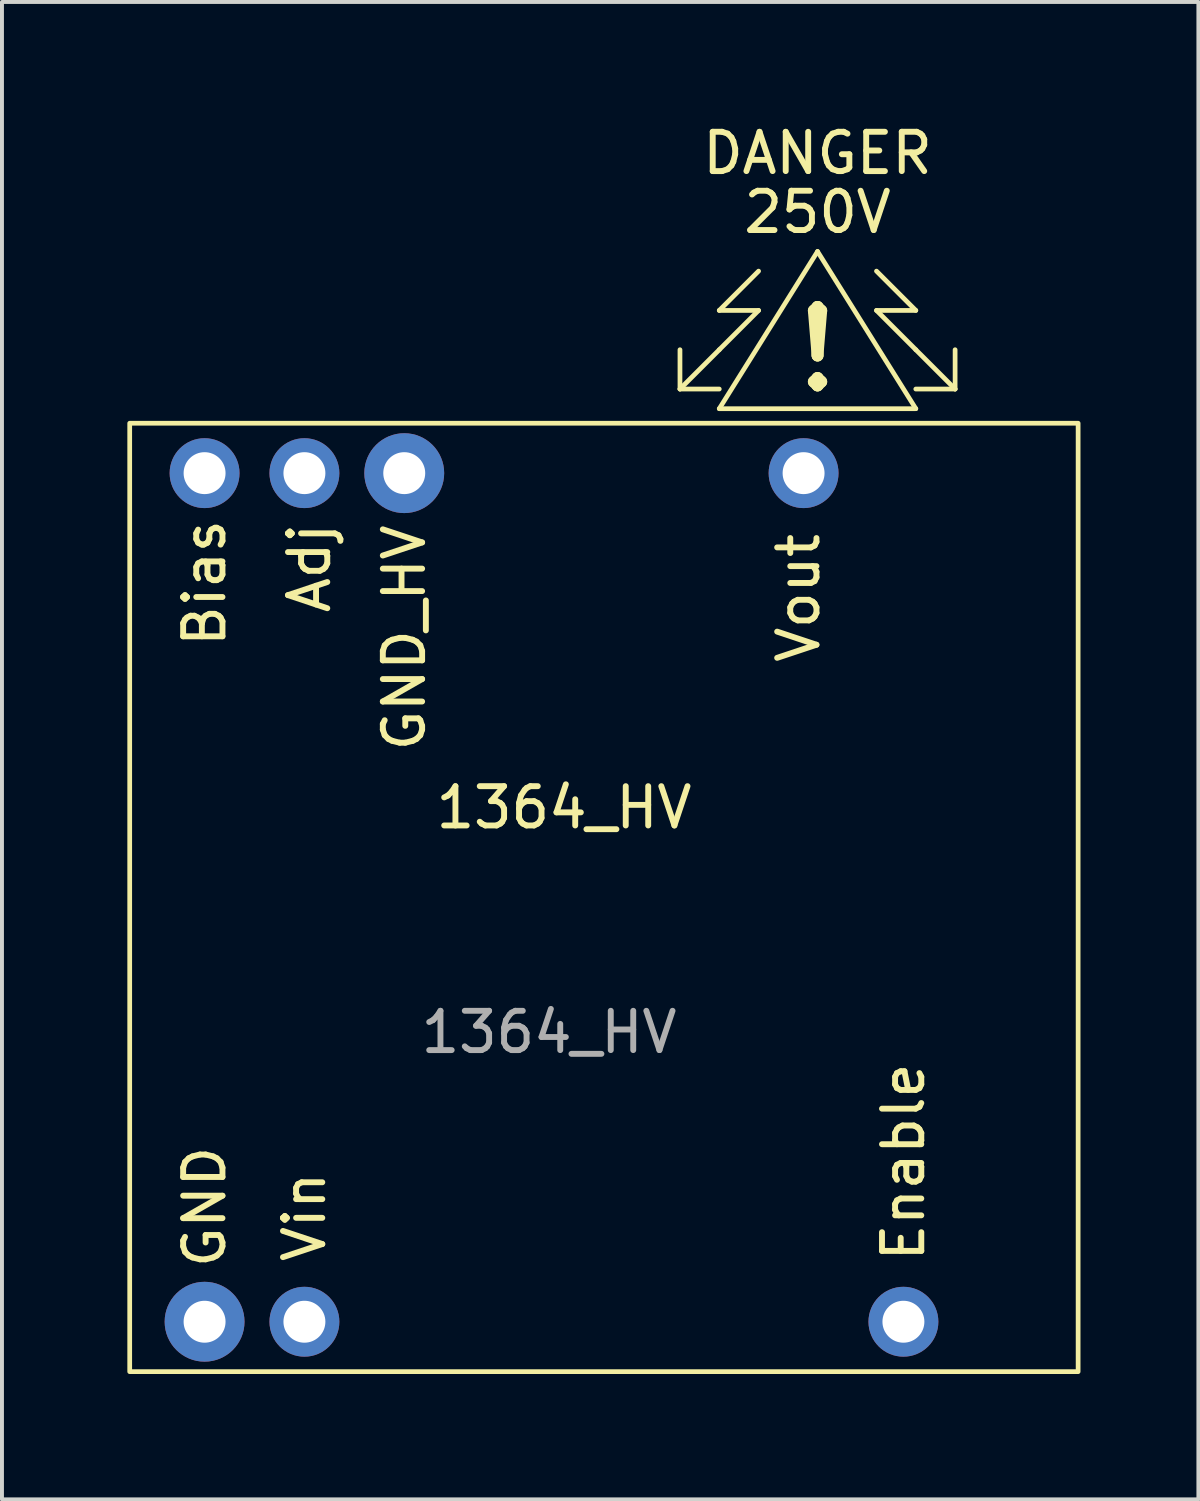
<source format=kicad_pcb>
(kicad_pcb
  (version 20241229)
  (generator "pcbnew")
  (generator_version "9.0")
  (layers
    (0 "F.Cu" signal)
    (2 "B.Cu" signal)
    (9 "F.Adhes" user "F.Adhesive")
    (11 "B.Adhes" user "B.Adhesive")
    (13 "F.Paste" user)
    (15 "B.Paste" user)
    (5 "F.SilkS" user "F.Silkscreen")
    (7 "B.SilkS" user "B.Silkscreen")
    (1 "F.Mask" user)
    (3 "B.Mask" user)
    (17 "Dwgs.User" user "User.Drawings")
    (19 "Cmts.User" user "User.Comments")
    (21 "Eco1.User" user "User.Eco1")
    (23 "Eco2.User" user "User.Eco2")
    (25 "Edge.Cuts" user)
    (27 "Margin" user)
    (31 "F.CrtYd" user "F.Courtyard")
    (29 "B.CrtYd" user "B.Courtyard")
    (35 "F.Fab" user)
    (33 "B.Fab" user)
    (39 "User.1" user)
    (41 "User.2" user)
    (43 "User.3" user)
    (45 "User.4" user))
  (footprint "1364_HV"
    (layer "F.Cu")
    (at 0.25 31.848)
    (property "Reference" "1364_HV" (at 11.049 -14.351 0) (unlocked yes) (layer "F.SilkS") (effects (font (size 1 1) (thickness 0.15))))
    (attr through_hole)
    (fp_line (start 14 -25) (end 14 -26) (stroke (width 0.12) (type solid)) (layer "F.SilkS"))
    (fp_line (start 14 -25) (end 15 -26) (stroke (width 0.12) (type solid)) (layer "F.SilkS"))
    (fp_line (start 14 -25) (end 15 -25) (stroke (width 0.12) (type solid)) (layer "F.SilkS"))
    (fp_line (start 15 -27) (end 16 -28) (stroke (width 0.12) (type solid)) (layer "F.SilkS"))
    (fp_line (start 15 -26) (end 16 -27) (stroke (width 0.12) (type solid)) (layer "F.SilkS"))
    (fp_line (start 15 -24.5) (end 20 -24.5) (stroke (width 0.12) (type solid)) (layer "F.SilkS"))
    (fp_line (start 16 -27) (end 15 -27) (stroke (width 0.12) (type solid)) (layer "F.SilkS"))
    (fp_line (start 17.5 -28.5) (end 15 -24.5) (stroke (width 0.12) (type solid)) (layer "F.SilkS"))
    (fp_line (start 19 -28) (end 20 -27) (stroke (width 0.12) (type solid)) (layer "F.SilkS"))
    (fp_line (start 19 -27) (end 20 -26) (stroke (width 0.12) (type solid)) (layer "F.SilkS"))
    (fp_line (start 20 -27) (end 19 -27) (stroke (width 0.12) (type solid)) (layer "F.SilkS"))
    (fp_line (start 20 -26) (end 21 -25) (stroke (width 0.12) (type solid)) (layer "F.SilkS"))
    (fp_line (start 20 -24.5) (end 17.5 -28.5) (stroke (width 0.12) (type solid)) (layer "F.SilkS"))
    (fp_line (start 21 -26) (end 21 -25) (stroke (width 0.12) (type solid)) (layer "F.SilkS"))
    (fp_line (start 21 -25) (end 20 -25) (stroke (width 0.12) (type solid)) (layer "F.SilkS"))
    (fp_rect (start 0 0) (end 24.13 -24.13) (stroke (width 0.12) (type solid)) (fill no) (layer "F.SilkS"))
    (fp_text user "Vin" (at 4.445 -3.937 90) (unlocked yes) (layer "F.SilkS") (effects (font (size 1 1) (thickness 0.15))))
    (fp_text user "!" (at 17.5 -26 0) (unlocked yes) (layer "F.SilkS") (effects (font (size 2 2) (thickness 0.3))))
    (fp_text user "Enable" (at 19.685 -5.334 90) (unlocked yes) (layer "F.SilkS") (effects (font (size 1 1) (thickness 0.15))))
    (fp_text user "Bias" (at 1.905 -20.066 90) (unlocked yes) (layer "F.SilkS") (effects (font (size 1 1) (thickness 0.15))))
    (fp_text user "GND" (at 1.905 -4.191 90) (unlocked yes) (layer "F.SilkS") (effects (font (size 1 1) (thickness 0.15))))
    (fp_text user "Adj" (at 4.572 -20.447 90) (unlocked yes) (layer "F.SilkS") (effects (font (size 1 1) (thickness 0.15))))
    (fp_text user "Vout" (at 17.018 -19.685 90) (unlocked yes) (layer "F.SilkS") (effects (font (size 1 1) (thickness 0.15))))
    (fp_text user "250V" (at 17.5 -29.5 0) (unlocked yes) (layer "F.SilkS") (effects (font (size 1 1) (thickness 0.15))))
    (fp_text user "GND_HV" (at 6.985 -18.669 90) (unlocked yes) (layer "F.SilkS") (effects (font (size 1 1) (thickness 0.15))))
    (fp_text user "DANGER" (at 17.5 -31 0) (unlocked yes) (layer "F.SilkS") (effects (font (size 1 1) (thickness 0.15))))
    (fp_text user "${REFERENCE}" (at 10.668 -8.636 0) (unlocked yes) (layer "F.Fab") (effects (font (size 1 1) (thickness 0.15))))
    (pad "1" thru_hole circle (at 17.145 -22.86) (size 1.778 1.778) (drill 1.067) (layers "*.Cu" "*.Mask"))
    (pad "2" thru_hole circle (at 4.445 -22.86) (size 1.778 1.778) (drill 1.067) (layers "*.Cu" "*.Mask"))
    (pad "3" thru_hole circle (at 6.985 -22.86) (size 2.032 2.032) (drill 1.067) (layers "*.Cu" "*.Mask"))
    (pad "4" thru_hole circle (at 4.445 -1.27) (size 1.778 1.778) (drill 1.067) (layers "*.Cu" "*.Mask"))
    (pad "5" thru_hole circle (at 1.905 -1.27) (size 2.032 2.032) (drill 1.067) (layers "*.Cu" "*.Mask"))
    (pad "6" thru_hole circle (at 1.905 -22.86) (size 1.778 1.778) (drill 1.067) (layers "*.Cu" "*.Mask"))
    (pad "7" thru_hole circle (at 19.685 -1.27) (size 1.778 1.778) (drill 1.067) (layers "*.Cu" "*.Mask")))
  (gr_rect
    (start -3 -3)
    (end 27.44 35.098)
    (stroke (width 0.1) (type default))
    (fill no)
    (layer "Edge.Cuts")))
</source>
